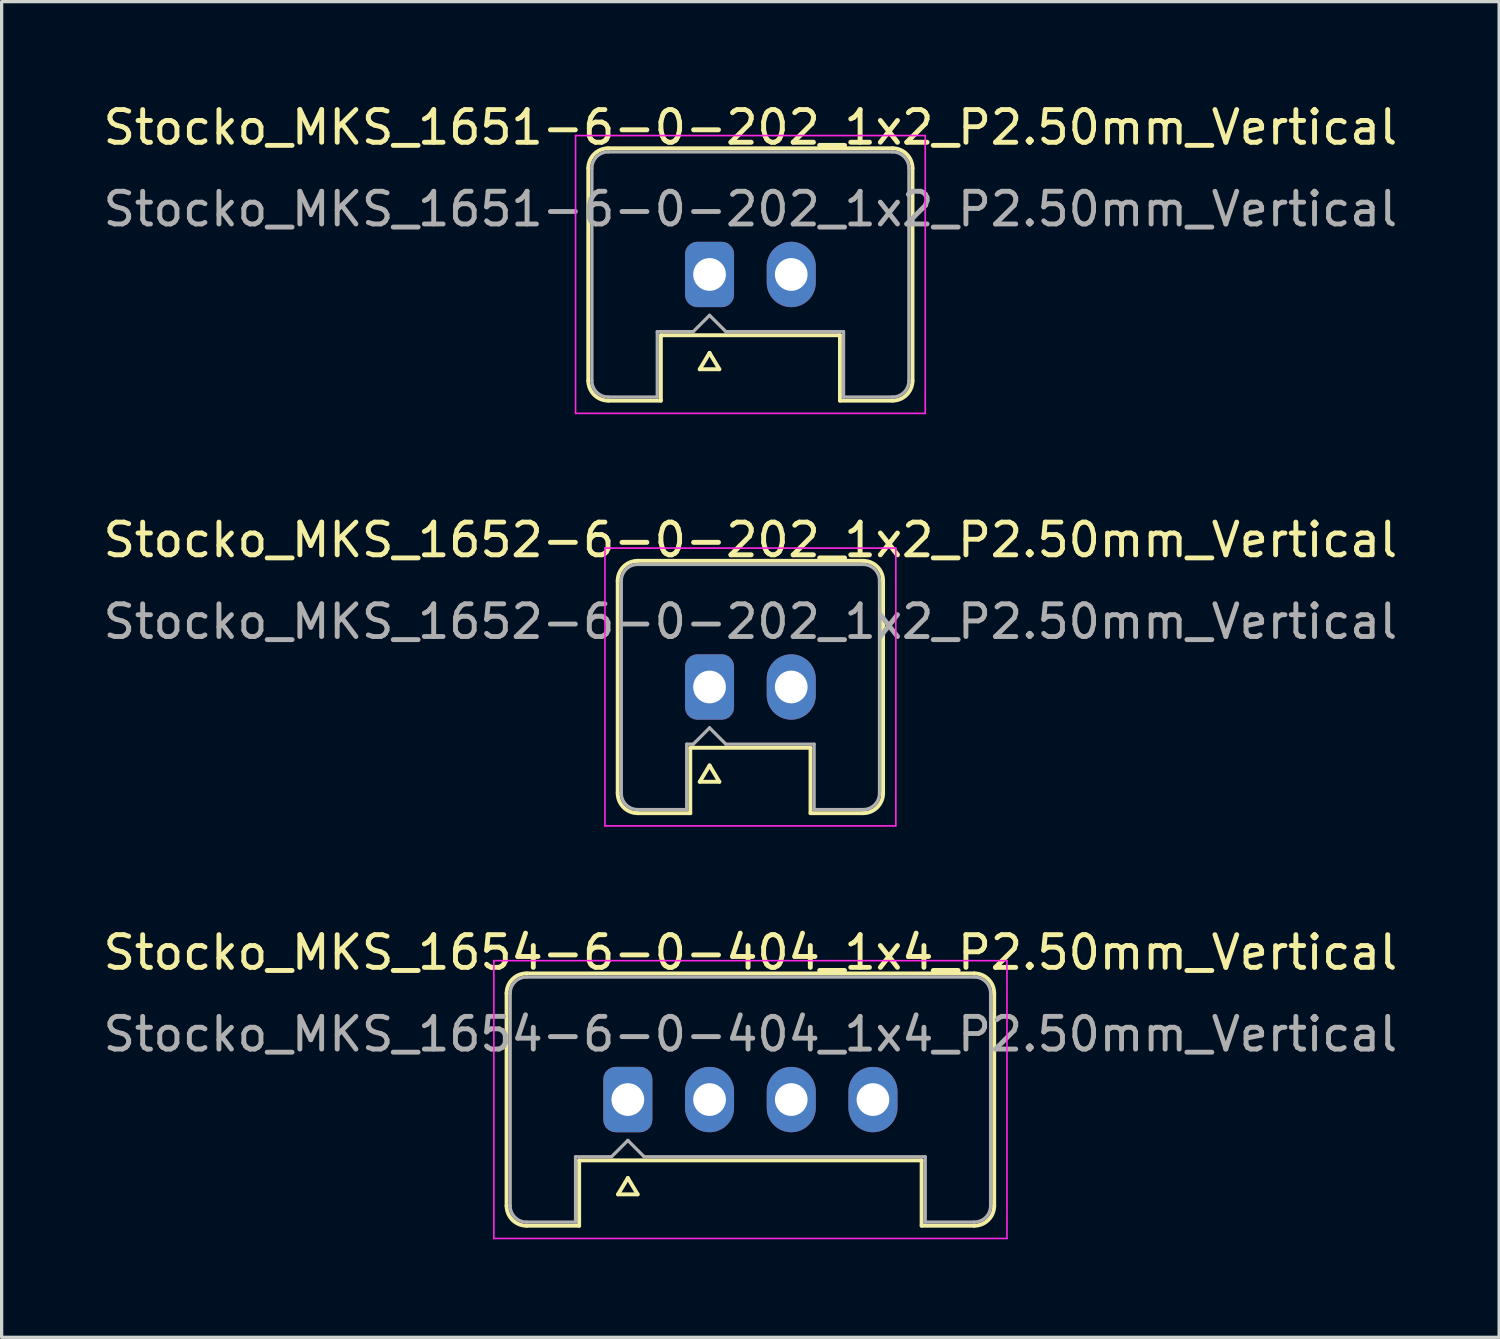
<source format=kicad_pcb>
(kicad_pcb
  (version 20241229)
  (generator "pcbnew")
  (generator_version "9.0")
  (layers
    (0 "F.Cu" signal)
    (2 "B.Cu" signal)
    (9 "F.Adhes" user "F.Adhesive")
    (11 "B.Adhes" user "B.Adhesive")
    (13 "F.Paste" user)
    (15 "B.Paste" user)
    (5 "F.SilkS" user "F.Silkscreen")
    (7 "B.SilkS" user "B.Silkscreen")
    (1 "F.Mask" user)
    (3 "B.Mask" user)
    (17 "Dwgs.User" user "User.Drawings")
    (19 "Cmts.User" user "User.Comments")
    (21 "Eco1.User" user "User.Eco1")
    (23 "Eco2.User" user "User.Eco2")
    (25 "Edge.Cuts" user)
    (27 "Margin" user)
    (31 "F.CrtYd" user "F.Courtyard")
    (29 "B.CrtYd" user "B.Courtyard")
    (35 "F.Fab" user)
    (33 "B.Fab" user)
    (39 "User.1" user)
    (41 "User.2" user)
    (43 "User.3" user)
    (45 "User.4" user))
  (footprint "Stocko_MKS_1651-6-0-202_1x2_P2.50mm_Vertical"
    (layer "F.Cu")
    (at 18.661 5.348)
    (property "Reference" "Stocko_MKS_1651-6-0-202_1x2_P2.50mm_Vertical" (at 1.25 -4.5 0) (layer "F.SilkS") (effects (font (size 1 1) (thickness 0.15))))
    (attr through_hole)
    (fp_line (start -3.71 -3.25) (end -3.71 3.25) (stroke (width 0.12) (type solid)) (layer "F.SilkS"))
    (fp_line (start -3.1 -3.86) (end 5.6 -3.86) (stroke (width 0.12) (type solid)) (layer "F.SilkS"))
    (fp_line (start -3.1 3.86) (end -1.49 3.86) (stroke (width 0.12) (type solid)) (layer "F.SilkS"))
    (fp_line (start -1.49 1.86) (end 3.99 1.86) (stroke (width 0.12) (type solid)) (layer "F.SilkS"))
    (fp_line (start -1.49 3.86) (end -1.49 1.86) (stroke (width 0.12) (type solid)) (layer "F.SilkS"))
    (fp_line (start -0.3 2.9) (end 0.3 2.9) (stroke (width 0.12) (type solid)) (layer "F.SilkS"))
    (fp_line (start 0 2.4) (end -0.3 2.9) (stroke (width 0.12) (type solid)) (layer "F.SilkS"))
    (fp_line (start 0.3 2.9) (end 0 2.4) (stroke (width 0.12) (type solid)) (layer "F.SilkS"))
    (fp_line (start 3.99 3.86) (end 3.99 1.86) (stroke (width 0.12) (type solid)) (layer "F.SilkS"))
    (fp_line (start 5.6 3.86) (end 3.99 3.86) (stroke (width 0.12) (type solid)) (layer "F.SilkS"))
    (fp_line (start 6.21 -3.25) (end 6.21 3.25) (stroke (width 0.12) (type solid)) (layer "F.SilkS"))
    (fp_arc (start -3.71 -3.25) (mid -3.531335 -3.681335) (end -3.1 -3.86) (stroke (width 0.12) (type solid)) (layer "F.SilkS"))
    (fp_arc (start -3.1 3.86) (mid -3.531335 3.681335) (end -3.71 3.25) (stroke (width 0.12) (type solid)) (layer "F.SilkS"))
    (fp_arc (start 5.6 -3.86) (mid 6.031335 -3.681335) (end 6.21 -3.25) (stroke (width 0.12) (type solid)) (layer "F.SilkS"))
    (fp_arc (start 6.21 3.25) (mid 6.031335 3.681335) (end 5.6 3.86) (stroke (width 0.12) (type solid)) (layer "F.SilkS"))
    (fp_line (start -4.1 -4.25) (end -4.1 4.25) (stroke (width 0.05) (type solid)) (layer "F.CrtYd"))
    (fp_line (start -4.1 4.25) (end 6.6 4.25) (stroke (width 0.05) (type solid)) (layer "F.CrtYd"))
    (fp_line (start 6.6 -4.25) (end -4.1 -4.25) (stroke (width 0.05) (type solid)) (layer "F.CrtYd"))
    (fp_line (start 6.6 4.25) (end 6.6 -4.25) (stroke (width 0.05) (type solid)) (layer "F.CrtYd"))
    (fp_line (start -3.6 -3.25) (end -3.6 3.25) (stroke (width 0.1) (type solid)) (layer "F.Fab"))
    (fp_line (start -3.1 -3.75) (end 5.6 -3.75) (stroke (width 0.1) (type solid)) (layer "F.Fab"))
    (fp_line (start -3.1 3.75) (end -1.6 3.75) (stroke (width 0.1) (type solid)) (layer "F.Fab"))
    (fp_line (start -1.6 1.75) (end -0.5 1.75) (stroke (width 0.1) (type solid)) (layer "F.Fab"))
    (fp_line (start -1.6 3.75) (end -1.6 1.75) (stroke (width 0.1) (type solid)) (layer "F.Fab"))
    (fp_line (start -0.5 1.75) (end 0 1.25) (stroke (width 0.1) (type solid)) (layer "F.Fab"))
    (fp_line (start 0 1.25) (end 0.5 1.75) (stroke (width 0.1) (type solid)) (layer "F.Fab"))
    (fp_line (start 0.5 1.75) (end 4.1 1.75) (stroke (width 0.1) (type solid)) (layer "F.Fab"))
    (fp_line (start 4.1 3.75) (end 4.1 1.75) (stroke (width 0.1) (type solid)) (layer "F.Fab"))
    (fp_line (start 5.6 3.75) (end 4.1 3.75) (stroke (width 0.1) (type solid)) (layer "F.Fab"))
    (fp_line (start 6.1 -3.25) (end 6.1 3.25) (stroke (width 0.1) (type solid)) (layer "F.Fab"))
    (fp_arc (start -3.6 -3.25) (mid -3.453553 -3.603553) (end -3.1 -3.75) (stroke (width 0.1) (type solid)) (layer "F.Fab"))
    (fp_arc (start -3.1 3.75) (mid -3.453553 3.603553) (end -3.6 3.25) (stroke (width 0.1) (type solid)) (layer "F.Fab"))
    (fp_arc (start 5.6 -3.75) (mid 5.953553 -3.603553) (end 6.1 -3.25) (stroke (width 0.1) (type solid)) (layer "F.Fab"))
    (fp_arc (start 6.1 3.25) (mid 5.953553 3.603553) (end 5.6 3.75) (stroke (width 0.1) (type solid)) (layer "F.Fab"))
    (fp_text user "${REFERENCE}" (at 1.25 -2 0) (layer "F.Fab") (effects (font (size 1 1) (thickness 0.15))))
    (pad "1" thru_hole roundrect (at 0 0) (size 1.5 2) (drill 1) (layers "*.Cu" "*.Mask") (roundrect_rratio 0.25))
    (pad "2" thru_hole oval (at 2.5 0) (size 1.5 2) (drill 1) (layers "*.Cu" "*.Mask")))
  (footprint "Stocko_MKS_1652-6-0-202_1x2_P2.50mm_Vertical"
    (layer "F.Cu")
    (at 18.661 17.971)
    (property "Reference" "Stocko_MKS_1652-6-0-202_1x2_P2.50mm_Vertical" (at 1.25 -4.5 0) (layer "F.SilkS") (effects (font (size 1 1) (thickness 0.15))))
    (attr through_hole)
    (fp_line (start -2.81 -3.25) (end -2.81 3.25) (stroke (width 0.12) (type solid)) (layer "F.SilkS"))
    (fp_line (start -2.2 -3.86) (end 4.7 -3.86) (stroke (width 0.12) (type solid)) (layer "F.SilkS"))
    (fp_line (start -2.2 3.86) (end -0.59 3.86) (stroke (width 0.12) (type solid)) (layer "F.SilkS"))
    (fp_line (start -0.59 1.86) (end 3.09 1.86) (stroke (width 0.12) (type solid)) (layer "F.SilkS"))
    (fp_line (start -0.59 3.86) (end -0.59 1.86) (stroke (width 0.12) (type solid)) (layer "F.SilkS"))
    (fp_line (start -0.3 2.9) (end 0.3 2.9) (stroke (width 0.12) (type solid)) (layer "F.SilkS"))
    (fp_line (start 0 2.4) (end -0.3 2.9) (stroke (width 0.12) (type solid)) (layer "F.SilkS"))
    (fp_line (start 0.3 2.9) (end 0 2.4) (stroke (width 0.12) (type solid)) (layer "F.SilkS"))
    (fp_line (start 3.09 3.86) (end 3.09 1.86) (stroke (width 0.12) (type solid)) (layer "F.SilkS"))
    (fp_line (start 4.7 3.86) (end 3.09 3.86) (stroke (width 0.12) (type solid)) (layer "F.SilkS"))
    (fp_line (start 5.31 -3.25) (end 5.31 3.25) (stroke (width 0.12) (type solid)) (layer "F.SilkS"))
    (fp_arc (start -2.81 -3.25) (mid -2.631335 -3.681335) (end -2.2 -3.86) (stroke (width 0.12) (type solid)) (layer "F.SilkS"))
    (fp_arc (start -2.2 3.86) (mid -2.631335 3.681335) (end -2.81 3.25) (stroke (width 0.12) (type solid)) (layer "F.SilkS"))
    (fp_arc (start 4.7 -3.86) (mid 5.131335 -3.681335) (end 5.31 -3.25) (stroke (width 0.12) (type solid)) (layer "F.SilkS"))
    (fp_arc (start 5.31 3.25) (mid 5.131335 3.681335) (end 4.7 3.86) (stroke (width 0.12) (type solid)) (layer "F.SilkS"))
    (fp_line (start -3.2 -4.25) (end -3.2 4.25) (stroke (width 0.05) (type solid)) (layer "F.CrtYd"))
    (fp_line (start -3.2 4.25) (end 5.7 4.25) (stroke (width 0.05) (type solid)) (layer "F.CrtYd"))
    (fp_line (start 5.7 -4.25) (end -3.2 -4.25) (stroke (width 0.05) (type solid)) (layer "F.CrtYd"))
    (fp_line (start 5.7 4.25) (end 5.7 -4.25) (stroke (width 0.05) (type solid)) (layer "F.CrtYd"))
    (fp_line (start -2.7 -3.25) (end -2.7 3.25) (stroke (width 0.1) (type solid)) (layer "F.Fab"))
    (fp_line (start -2.2 -3.75) (end 4.7 -3.75) (stroke (width 0.1) (type solid)) (layer "F.Fab"))
    (fp_line (start -2.2 3.75) (end -0.7 3.75) (stroke (width 0.1) (type solid)) (layer "F.Fab"))
    (fp_line (start -0.7 1.75) (end -0.5 1.75) (stroke (width 0.1) (type solid)) (layer "F.Fab"))
    (fp_line (start -0.7 3.75) (end -0.7 1.75) (stroke (width 0.1) (type solid)) (layer "F.Fab"))
    (fp_line (start -0.5 1.75) (end 0 1.25) (stroke (width 0.1) (type solid)) (layer "F.Fab"))
    (fp_line (start 0 1.25) (end 0.5 1.75) (stroke (width 0.1) (type solid)) (layer "F.Fab"))
    (fp_line (start 0.5 1.75) (end 3.2 1.75) (stroke (width 0.1) (type solid)) (layer "F.Fab"))
    (fp_line (start 3.2 3.75) (end 3.2 1.75) (stroke (width 0.1) (type solid)) (layer "F.Fab"))
    (fp_line (start 4.7 3.75) (end 3.2 3.75) (stroke (width 0.1) (type solid)) (layer "F.Fab"))
    (fp_line (start 5.2 -3.25) (end 5.2 3.25) (stroke (width 0.1) (type solid)) (layer "F.Fab"))
    (fp_arc (start -2.7 -3.25) (mid -2.553553 -3.603553) (end -2.2 -3.75) (stroke (width 0.1) (type solid)) (layer "F.Fab"))
    (fp_arc (start -2.2 3.75) (mid -2.553553 3.603553) (end -2.7 3.25) (stroke (width 0.1) (type solid)) (layer "F.Fab"))
    (fp_arc (start 4.7 -3.75) (mid 5.053553 -3.603553) (end 5.2 -3.25) (stroke (width 0.1) (type solid)) (layer "F.Fab"))
    (fp_arc (start 5.2 3.25) (mid 5.053553 3.603553) (end 4.7 3.75) (stroke (width 0.1) (type solid)) (layer "F.Fab"))
    (fp_text user "${REFERENCE}" (at 1.25 -2 0) (layer "F.Fab") (effects (font (size 1 1) (thickness 0.15))))
    (pad "1" thru_hole roundrect (at 0 0) (size 1.5 2) (drill 1) (layers "*.Cu" "*.Mask") (roundrect_rratio 0.25))
    (pad "2" thru_hole oval (at 2.5 0) (size 1.5 2) (drill 1) (layers "*.Cu" "*.Mask")))
  (footprint "Stocko_MKS_1654-6-0-404_1x4_P2.50mm_Vertical"
    (layer "F.Cu")
    (at 16.161 30.595)
    (property "Reference" "Stocko_MKS_1654-6-0-404_1x4_P2.50mm_Vertical" (at 3.75 -4.5 0) (layer "F.SilkS") (effects (font (size 1 1) (thickness 0.15))))
    (attr through_hole)
    (fp_line (start -3.71 -3.25) (end -3.71 3.25) (stroke (width 0.12) (type solid)) (layer "F.SilkS"))
    (fp_line (start -3.1 -3.86) (end 10.6 -3.86) (stroke (width 0.12) (type solid)) (layer "F.SilkS"))
    (fp_line (start -3.1 3.86) (end -1.49 3.86) (stroke (width 0.12) (type solid)) (layer "F.SilkS"))
    (fp_line (start -1.49 1.86) (end 8.99 1.86) (stroke (width 0.12) (type solid)) (layer "F.SilkS"))
    (fp_line (start -1.49 3.86) (end -1.49 1.86) (stroke (width 0.12) (type solid)) (layer "F.SilkS"))
    (fp_line (start -0.3 2.9) (end 0.3 2.9) (stroke (width 0.12) (type solid)) (layer "F.SilkS"))
    (fp_line (start 0 2.4) (end -0.3 2.9) (stroke (width 0.12) (type solid)) (layer "F.SilkS"))
    (fp_line (start 0.3 2.9) (end 0 2.4) (stroke (width 0.12) (type solid)) (layer "F.SilkS"))
    (fp_line (start 8.99 3.86) (end 8.99 1.86) (stroke (width 0.12) (type solid)) (layer "F.SilkS"))
    (fp_line (start 10.6 3.86) (end 8.99 3.86) (stroke (width 0.12) (type solid)) (layer "F.SilkS"))
    (fp_line (start 11.21 -3.25) (end 11.21 3.25) (stroke (width 0.12) (type solid)) (layer "F.SilkS"))
    (fp_arc (start -3.71 -3.25) (mid -3.531335 -3.681335) (end -3.1 -3.86) (stroke (width 0.12) (type solid)) (layer "F.SilkS"))
    (fp_arc (start -3.1 3.86) (mid -3.531335 3.681335) (end -3.71 3.25) (stroke (width 0.12) (type solid)) (layer "F.SilkS"))
    (fp_arc (start 10.6 -3.86) (mid 11.031335 -3.681335) (end 11.21 -3.25) (stroke (width 0.12) (type solid)) (layer "F.SilkS"))
    (fp_arc (start 11.21 3.25) (mid 11.031335 3.681335) (end 10.6 3.86) (stroke (width 0.12) (type solid)) (layer "F.SilkS"))
    (fp_line (start -4.1 -4.25) (end -4.1 4.25) (stroke (width 0.05) (type solid)) (layer "F.CrtYd"))
    (fp_line (start -4.1 4.25) (end 11.6 4.25) (stroke (width 0.05) (type solid)) (layer "F.CrtYd"))
    (fp_line (start 11.6 -4.25) (end -4.1 -4.25) (stroke (width 0.05) (type solid)) (layer "F.CrtYd"))
    (fp_line (start 11.6 4.25) (end 11.6 -4.25) (stroke (width 0.05) (type solid)) (layer "F.CrtYd"))
    (fp_line (start -3.6 -3.25) (end -3.6 3.25) (stroke (width 0.1) (type solid)) (layer "F.Fab"))
    (fp_line (start -3.1 -3.75) (end 10.6 -3.75) (stroke (width 0.1) (type solid)) (layer "F.Fab"))
    (fp_line (start -3.1 3.75) (end -1.6 3.75) (stroke (width 0.1) (type solid)) (layer "F.Fab"))
    (fp_line (start -1.6 1.75) (end -0.5 1.75) (stroke (width 0.1) (type solid)) (layer "F.Fab"))
    (fp_line (start -1.6 3.75) (end -1.6 1.75) (stroke (width 0.1) (type solid)) (layer "F.Fab"))
    (fp_line (start -0.5 1.75) (end 0 1.25) (stroke (width 0.1) (type solid)) (layer "F.Fab"))
    (fp_line (start 0 1.25) (end 0.5 1.75) (stroke (width 0.1) (type solid)) (layer "F.Fab"))
    (fp_line (start 0.5 1.75) (end 9.1 1.75) (stroke (width 0.1) (type solid)) (layer "F.Fab"))
    (fp_line (start 9.1 3.75) (end 9.1 1.75) (stroke (width 0.1) (type solid)) (layer "F.Fab"))
    (fp_line (start 10.6 3.75) (end 9.1 3.75) (stroke (width 0.1) (type solid)) (layer "F.Fab"))
    (fp_line (start 11.1 -3.25) (end 11.1 3.25) (stroke (width 0.1) (type solid)) (layer "F.Fab"))
    (fp_arc (start -3.6 -3.25) (mid -3.453553 -3.603553) (end -3.1 -3.75) (stroke (width 0.1) (type solid)) (layer "F.Fab"))
    (fp_arc (start -3.1 3.75) (mid -3.453553 3.603553) (end -3.6 3.25) (stroke (width 0.1) (type solid)) (layer "F.Fab"))
    (fp_arc (start 10.6 -3.75) (mid 10.953553 -3.603553) (end 11.1 -3.25) (stroke (width 0.1) (type solid)) (layer "F.Fab"))
    (fp_arc (start 11.1 3.25) (mid 10.953553 3.603553) (end 10.6 3.75) (stroke (width 0.1) (type solid)) (layer "F.Fab"))
    (fp_text user "${REFERENCE}" (at 3.75 -2 0) (layer "F.Fab") (effects (font (size 1 1) (thickness 0.15))))
    (pad "1" thru_hole roundrect (at 0 0) (size 1.5 2) (drill 1) (layers "*.Cu" "*.Mask") (roundrect_rratio 0.25))
    (pad "2" thru_hole oval (at 2.5 0) (size 1.5 2) (drill 1) (layers "*.Cu" "*.Mask"))
    (pad "3" thru_hole oval (at 5 0) (size 1.5 2) (drill 1) (layers "*.Cu" "*.Mask"))
    (pad "4" thru_hole oval (at 7.5 0) (size 1.5 2) (drill 1) (layers "*.Cu" "*.Mask")))
  (gr_rect
    (start -3 -3)
    (end 42.821 37.87)
    (stroke (width 0.1) (type default))
    (fill no)
    (layer "Edge.Cuts")))
</source>
